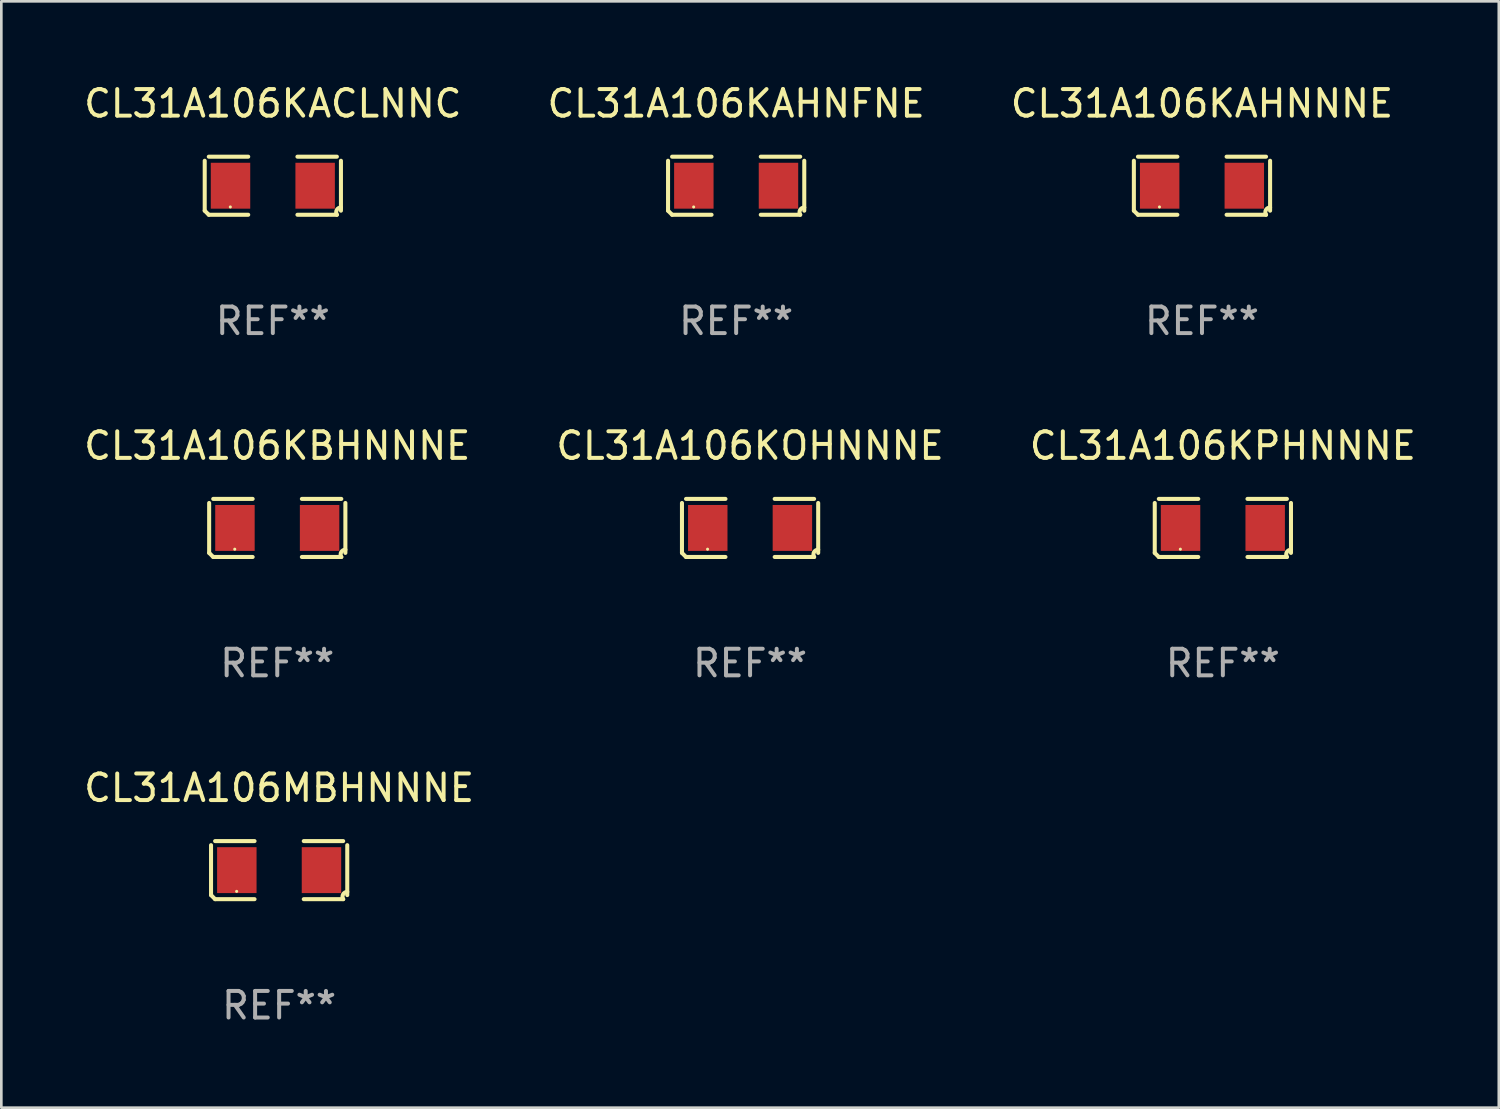
<source format=kicad_pcb>
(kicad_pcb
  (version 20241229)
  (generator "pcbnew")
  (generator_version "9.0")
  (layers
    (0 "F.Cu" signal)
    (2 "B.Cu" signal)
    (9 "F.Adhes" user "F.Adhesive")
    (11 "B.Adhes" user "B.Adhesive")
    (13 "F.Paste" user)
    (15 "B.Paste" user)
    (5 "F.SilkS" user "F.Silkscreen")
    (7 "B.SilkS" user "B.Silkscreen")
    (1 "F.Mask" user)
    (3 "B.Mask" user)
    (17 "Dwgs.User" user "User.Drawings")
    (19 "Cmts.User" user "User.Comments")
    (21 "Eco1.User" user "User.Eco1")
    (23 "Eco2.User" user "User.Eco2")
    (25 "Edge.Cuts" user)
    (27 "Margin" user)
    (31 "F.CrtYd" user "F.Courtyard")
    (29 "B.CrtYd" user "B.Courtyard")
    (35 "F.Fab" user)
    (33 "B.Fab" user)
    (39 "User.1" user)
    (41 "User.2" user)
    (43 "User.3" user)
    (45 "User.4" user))
  (footprint "CL31A106KAHNFNE"
    (layer "F.Cu")
    (at 24.661 3.941)
    (property "Reference" "CL31A106KAHNFNE" (at 0 -3.093 0) (layer "F.SilkS") (effects (font (size 1 1) (thickness 0.15))))
    (attr through_hole)
    (fp_line (start -2.564 0.94) (end -2.564 -0.94) (stroke (width 0.152) (type solid)) (layer "F.SilkS"))
    (fp_line (start -2.411 -1.093) (end -0.926 -1.093) (stroke (width 0.152) (type solid)) (layer "F.SilkS"))
    (fp_line (start -0.926 1.093) (end -2.411 1.093) (stroke (width 0.152) (type solid)) (layer "F.SilkS"))
    (fp_line (start 0.926 1.093) (end 2.411 1.093) (stroke (width 0.152) (type solid)) (layer "F.SilkS"))
    (fp_line (start 2.411 -1.093) (end 0.926 -1.093) (stroke (width 0.152) (type solid)) (layer "F.SilkS"))
    (fp_line (start 2.564 0.94) (end 2.564 -0.94) (stroke (width 0.152) (type solid)) (layer "F.SilkS"))
    (fp_arc (start -2.411201 1.092609) (mid -2.487413 1.01642) (end -2.563602 0.940208) (stroke (width 0.1524) (type solid)) (layer "F.SilkS"))
    (fp_arc (start 2.411201 1.092609) (mid 2.407159 0.911226) (end 2.563602 0.819347) (stroke (width 0.1524) (type solid)) (layer "F.SilkS"))
    (fp_circle (center -1.6 0.8) (end -1.57 0.8) (stroke (width 0.06) (type solid)) (fill no) (layer "F.SilkS"))
    (fp_text user "REF**" (at 0 5.093 0) (layer "F.Fab") (effects (font (size 1 1) (thickness 0.15))))
    (pad "1" smd rect (at -1.593 0) (size 1.485 1.728) (layers "F.Cu" "F.Mask" "F.Paste"))
    (pad "2" smd rect (at 1.593 0) (size 1.485 1.728) (layers "F.Cu" "F.Mask" "F.Paste")))
  (footprint "CL31A106MBHNNNE"
    (layer "F.Cu")
    (at 7.458 29.704)
    (property "Reference" "CL31A106MBHNNNE" (at 0 -3.093 0) (layer "F.SilkS") (effects (font (size 1 1) (thickness 0.15))))
    (attr through_hole)
    (fp_line (start -2.564 0.94) (end -2.564 -0.94) (stroke (width 0.152) (type solid)) (layer "F.SilkS"))
    (fp_line (start -2.411 -1.093) (end -0.926 -1.093) (stroke (width 0.152) (type solid)) (layer "F.SilkS"))
    (fp_line (start -0.926 1.093) (end -2.411 1.093) (stroke (width 0.152) (type solid)) (layer "F.SilkS"))
    (fp_line (start 0.926 1.093) (end 2.411 1.093) (stroke (width 0.152) (type solid)) (layer "F.SilkS"))
    (fp_line (start 2.411 -1.093) (end 0.926 -1.093) (stroke (width 0.152) (type solid)) (layer "F.SilkS"))
    (fp_line (start 2.564 0.94) (end 2.564 -0.94) (stroke (width 0.152) (type solid)) (layer "F.SilkS"))
    (fp_arc (start -2.411201 1.092609) (mid -2.487413 1.01642) (end -2.563602 0.940208) (stroke (width 0.1524) (type solid)) (layer "F.SilkS"))
    (fp_arc (start 2.411201 1.092609) (mid 2.407159 0.911226) (end 2.563602 0.819347) (stroke (width 0.1524) (type solid)) (layer "F.SilkS"))
    (fp_circle (center -1.6 0.8) (end -1.57 0.8) (stroke (width 0.06) (type solid)) (fill no) (layer "F.SilkS"))
    (fp_text user "REF**" (at 0 5.093 0) (layer "F.Fab") (effects (font (size 1 1) (thickness 0.15))))
    (pad "1" smd rect (at -1.593 0) (size 1.485 1.728) (layers "F.Cu" "F.Mask" "F.Paste"))
    (pad "2" smd rect (at 1.593 0) (size 1.485 1.728) (layers "F.Cu" "F.Mask" "F.Paste")))
  (footprint "CL31A106KOHNNNE"
    (layer "F.Cu")
    (at 25.185 16.823)
    (property "Reference" "CL31A106KOHNNNE" (at 0 -3.093 0) (layer "F.SilkS") (effects (font (size 1 1) (thickness 0.15))))
    (attr through_hole)
    (fp_line (start -2.564 0.94) (end -2.564 -0.94) (stroke (width 0.152) (type solid)) (layer "F.SilkS"))
    (fp_line (start -2.411 -1.093) (end -0.926 -1.093) (stroke (width 0.152) (type solid)) (layer "F.SilkS"))
    (fp_line (start -0.926 1.093) (end -2.411 1.093) (stroke (width 0.152) (type solid)) (layer "F.SilkS"))
    (fp_line (start 0.926 1.093) (end 2.411 1.093) (stroke (width 0.152) (type solid)) (layer "F.SilkS"))
    (fp_line (start 2.411 -1.093) (end 0.926 -1.093) (stroke (width 0.152) (type solid)) (layer "F.SilkS"))
    (fp_line (start 2.564 0.94) (end 2.564 -0.94) (stroke (width 0.152) (type solid)) (layer "F.SilkS"))
    (fp_arc (start -2.411201 1.092609) (mid -2.487413 1.01642) (end -2.563602 0.940208) (stroke (width 0.1524) (type solid)) (layer "F.SilkS"))
    (fp_arc (start 2.411201 1.092609) (mid 2.407159 0.911226) (end 2.563602 0.819347) (stroke (width 0.1524) (type solid)) (layer "F.SilkS"))
    (fp_circle (center -1.6 0.8) (end -1.57 0.8) (stroke (width 0.06) (type solid)) (fill no) (layer "F.SilkS"))
    (fp_text user "REF**" (at 0 5.093 0) (layer "F.Fab") (effects (font (size 1 1) (thickness 0.15))))
    (pad "1" smd rect (at -1.593 0) (size 1.485 1.728) (layers "F.Cu" "F.Mask" "F.Paste"))
    (pad "2" smd rect (at 1.593 0) (size 1.485 1.728) (layers "F.Cu" "F.Mask" "F.Paste")))
  (footprint "CL31A106KPHNNNE"
    (layer "F.Cu")
    (at 42.982 16.823)
    (property "Reference" "CL31A106KPHNNNE" (at 0 -3.093 0) (layer "F.SilkS") (effects (font (size 1 1) (thickness 0.15))))
    (attr through_hole)
    (fp_line (start -2.564 0.94) (end -2.564 -0.94) (stroke (width 0.152) (type solid)) (layer "F.SilkS"))
    (fp_line (start -2.411 -1.093) (end -0.926 -1.093) (stroke (width 0.152) (type solid)) (layer "F.SilkS"))
    (fp_line (start -0.926 1.093) (end -2.411 1.093) (stroke (width 0.152) (type solid)) (layer "F.SilkS"))
    (fp_line (start 0.926 1.093) (end 2.411 1.093) (stroke (width 0.152) (type solid)) (layer "F.SilkS"))
    (fp_line (start 2.411 -1.093) (end 0.926 -1.093) (stroke (width 0.152) (type solid)) (layer "F.SilkS"))
    (fp_line (start 2.564 0.94) (end 2.564 -0.94) (stroke (width 0.152) (type solid)) (layer "F.SilkS"))
    (fp_arc (start -2.411201 1.092609) (mid -2.487413 1.01642) (end -2.563602 0.940208) (stroke (width 0.1524) (type solid)) (layer "F.SilkS"))
    (fp_arc (start 2.411201 1.092609) (mid 2.407159 0.911226) (end 2.563602 0.819347) (stroke (width 0.1524) (type solid)) (layer "F.SilkS"))
    (fp_circle (center -1.6 0.8) (end -1.57 0.8) (stroke (width 0.06) (type solid)) (fill no) (layer "F.SilkS"))
    (fp_text user "REF**" (at 0 5.093 0) (layer "F.Fab") (effects (font (size 1 1) (thickness 0.15))))
    (pad "1" smd rect (at -1.593 0) (size 1.485 1.728) (layers "F.Cu" "F.Mask" "F.Paste"))
    (pad "2" smd rect (at 1.593 0) (size 1.485 1.728) (layers "F.Cu" "F.Mask" "F.Paste")))
  (footprint "CL31A106KAHNNNE"
    (layer "F.Cu")
    (at 42.196 3.941)
    (property "Reference" "CL31A106KAHNNNE" (at 0 -3.093 0) (layer "F.SilkS") (effects (font (size 1 1) (thickness 0.15))))
    (attr through_hole)
    (fp_line (start -2.564 0.94) (end -2.564 -0.94) (stroke (width 0.152) (type solid)) (layer "F.SilkS"))
    (fp_line (start -2.411 -1.093) (end -0.926 -1.093) (stroke (width 0.152) (type solid)) (layer "F.SilkS"))
    (fp_line (start -0.926 1.093) (end -2.411 1.093) (stroke (width 0.152) (type solid)) (layer "F.SilkS"))
    (fp_line (start 0.926 1.093) (end 2.411 1.093) (stroke (width 0.152) (type solid)) (layer "F.SilkS"))
    (fp_line (start 2.411 -1.093) (end 0.926 -1.093) (stroke (width 0.152) (type solid)) (layer "F.SilkS"))
    (fp_line (start 2.564 0.94) (end 2.564 -0.94) (stroke (width 0.152) (type solid)) (layer "F.SilkS"))
    (fp_arc (start -2.411201 1.092609) (mid -2.487413 1.01642) (end -2.563602 0.940208) (stroke (width 0.1524) (type solid)) (layer "F.SilkS"))
    (fp_arc (start 2.411201 1.092609) (mid 2.407159 0.911226) (end 2.563602 0.819347) (stroke (width 0.1524) (type solid)) (layer "F.SilkS"))
    (fp_circle (center -1.6 0.8) (end -1.57 0.8) (stroke (width 0.06) (type solid)) (fill no) (layer "F.SilkS"))
    (fp_text user "REF**" (at 0 5.093 0) (layer "F.Fab") (effects (font (size 1 1) (thickness 0.15))))
    (pad "1" smd rect (at -1.593 0) (size 1.485 1.728) (layers "F.Cu" "F.Mask" "F.Paste"))
    (pad "2" smd rect (at 1.593 0) (size 1.485 1.728) (layers "F.Cu" "F.Mask" "F.Paste")))
  (footprint "CL31A106KACLNNC"
    (layer "F.Cu")
    (at 7.22 3.941)
    (property "Reference" "CL31A106KACLNNC" (at 0 -3.093 0) (layer "F.SilkS") (effects (font (size 1 1) (thickness 0.15))))
    (attr through_hole)
    (fp_line (start -2.564 0.94) (end -2.564 -0.94) (stroke (width 0.152) (type solid)) (layer "F.SilkS"))
    (fp_line (start -2.411 -1.093) (end -0.926 -1.093) (stroke (width 0.152) (type solid)) (layer "F.SilkS"))
    (fp_line (start -0.926 1.093) (end -2.411 1.093) (stroke (width 0.152) (type solid)) (layer "F.SilkS"))
    (fp_line (start 0.926 1.093) (end 2.411 1.093) (stroke (width 0.152) (type solid)) (layer "F.SilkS"))
    (fp_line (start 2.411 -1.093) (end 0.926 -1.093) (stroke (width 0.152) (type solid)) (layer "F.SilkS"))
    (fp_line (start 2.564 0.94) (end 2.564 -0.94) (stroke (width 0.152) (type solid)) (layer "F.SilkS"))
    (fp_arc (start -2.411201 1.092609) (mid -2.487413 1.01642) (end -2.563602 0.940208) (stroke (width 0.1524) (type solid)) (layer "F.SilkS"))
    (fp_arc (start 2.411201 1.092609) (mid 2.407159 0.911226) (end 2.563602 0.819347) (stroke (width 0.1524) (type solid)) (layer "F.SilkS"))
    (fp_circle (center -1.6 0.8) (end -1.57 0.8) (stroke (width 0.06) (type solid)) (fill no) (layer "F.SilkS"))
    (fp_text user "REF**" (at 0 5.093 0) (layer "F.Fab") (effects (font (size 1 1) (thickness 0.15))))
    (pad "1" smd rect (at -1.593 0) (size 1.485 1.728) (layers "F.Cu" "F.Mask" "F.Paste"))
    (pad "2" smd rect (at 1.593 0) (size 1.485 1.728) (layers "F.Cu" "F.Mask" "F.Paste")))
  (footprint "CL31A106KBHNNNE"
    (layer "F.Cu")
    (at 7.387 16.823)
    (property "Reference" "CL31A106KBHNNNE" (at 0 -3.093 0) (layer "F.SilkS") (effects (font (size 1 1) (thickness 0.15))))
    (attr through_hole)
    (fp_line (start -2.564 0.94) (end -2.564 -0.94) (stroke (width 0.152) (type solid)) (layer "F.SilkS"))
    (fp_line (start -2.411 -1.093) (end -0.926 -1.093) (stroke (width 0.152) (type solid)) (layer "F.SilkS"))
    (fp_line (start -0.926 1.093) (end -2.411 1.093) (stroke (width 0.152) (type solid)) (layer "F.SilkS"))
    (fp_line (start 0.926 1.093) (end 2.411 1.093) (stroke (width 0.152) (type solid)) (layer "F.SilkS"))
    (fp_line (start 2.411 -1.093) (end 0.926 -1.093) (stroke (width 0.152) (type solid)) (layer "F.SilkS"))
    (fp_line (start 2.564 0.94) (end 2.564 -0.94) (stroke (width 0.152) (type solid)) (layer "F.SilkS"))
    (fp_arc (start -2.411201 1.092609) (mid -2.487413 1.01642) (end -2.563602 0.940208) (stroke (width 0.1524) (type solid)) (layer "F.SilkS"))
    (fp_arc (start 2.411201 1.092609) (mid 2.407159 0.911226) (end 2.563602 0.819347) (stroke (width 0.1524) (type solid)) (layer "F.SilkS"))
    (fp_circle (center -1.6 0.8) (end -1.57 0.8) (stroke (width 0.06) (type solid)) (fill no) (layer "F.SilkS"))
    (fp_text user "REF**" (at 0 5.093 0) (layer "F.Fab") (effects (font (size 1 1) (thickness 0.15))))
    (pad "1" smd rect (at -1.593 0) (size 1.485 1.728) (layers "F.Cu" "F.Mask" "F.Paste"))
    (pad "2" smd rect (at 1.593 0) (size 1.485 1.728) (layers "F.Cu" "F.Mask" "F.Paste")))
  (gr_rect
    (start -3 -3)
    (end 53.369 38.645)
    (stroke (width 0.1) (type default))
    (fill no)
    (layer "Edge.Cuts")))
</source>
